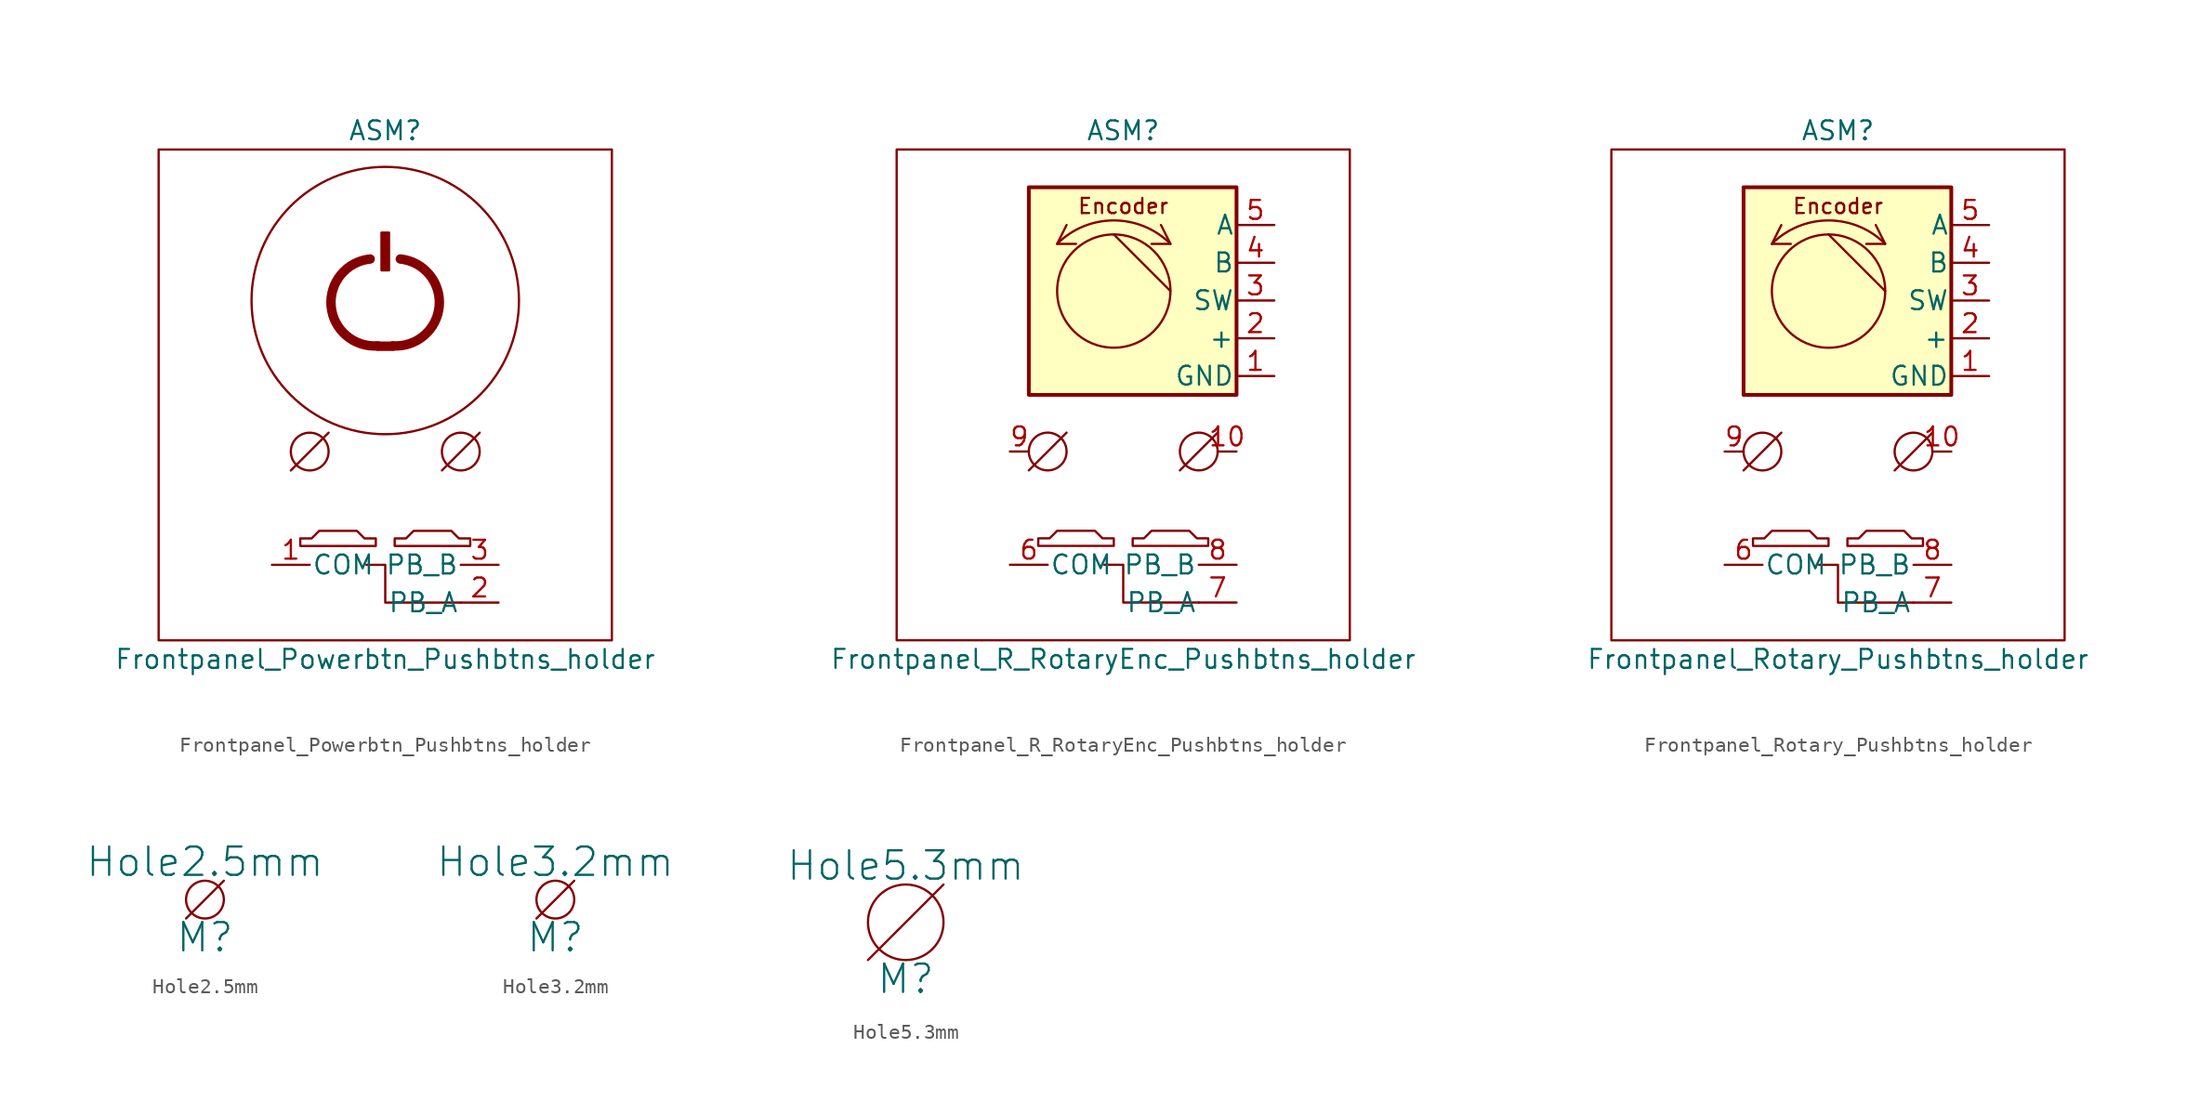
<source format=kicad_sym>
(kicad_symbol_lib
  (version 20211014)
  (generator kicad_symbol_editor)
  (symbol "Frontpanel_Powerbtn_Pushbtns_holder"
    (pin_names
      (offset 0.127))
    (property "Reference" "ASM"
      (at 0 21.59 0)
      (effects (font (size 1.27 1.27))))
    (property "Value" "Frontpanel_Powerbtn_Pushbtns_holder"
      (at 0 -13.97 0)
      (effects (font (size 1.27 1.27))))
    (symbol "Frontpanel_Powerbtn_Pushbtns_holder_0_1"
      (rectangle (start -15.24 20.32) (end 15.24 -12.7) (stroke (width 0) (type default) (color 0 0 0 0)) (fill (type none)))
      (circle (center -5.08 0) (radius 1.27) (stroke (width 0) (type default) (color 0 0 0 0)) (fill (type none)))
      (arc (start -1.016 12.954) (mid -3.6374 9.783) (end -0.508 7.112) (stroke (width 0.635) (type default) (color 0 0 0 0)) (fill (type none)))
      (rectangle (start -0.254 14.732) (end 0.254 12.192) (stroke (width 0) (type default) (color 0 0 0 0)) (fill (type outline)))
      (polyline (pts (xy -3.81 1.27) (xy -6.35 -1.27)) (stroke (width 0) (type default) (color 0 0 0 0)) (fill (type none)))
      (polyline (pts (xy -0.508 7.087) (xy 0.508 7.087)) (stroke (width 0.635) (type default) (color 0 0 0 0)) (fill (type none)))
      (polyline (pts (xy 6.35 1.27) (xy 3.81 -1.27)) (stroke (width 0) (type default) (color 0 0 0 0)) (fill (type none)))
      (polyline (pts (xy -1.27 -7.62) (xy 0 -7.62) (xy 0 -10.16) (xy 5.08 -10.16)) (stroke (width 0) (type default) (color 0 0 0 0)) (fill (type none)))
      (polyline (pts (xy -5.715 -6.35) (xy -0.635 -6.35) (xy -0.635 -5.842) (xy -1.397 -5.842) (xy -1.905 -5.334) (xy -4.445 -5.334) (xy -4.953 -5.842) (xy -5.715 -5.842) (xy -5.715 -6.35)) (stroke (width 0) (type default) (color 0 0 0 0)) (fill (type none)))
      (polyline (pts (xy 0.635 -6.35) (xy 5.715 -6.35) (xy 5.715 -5.842) (xy 4.953 -5.842) (xy 4.445 -5.334) (xy 1.905 -5.334) (xy 1.397 -5.842) (xy 0.635 -5.842) (xy 0.635 -6.35)) (stroke (width 0) (type default) (color 0 0 0 0)) (fill (type none)))
      (circle (center 0 10.16) (radius 8.992) (stroke (width 0) (type default) (color 0 0 0 0)) (fill (type none)))
      (arc (start 0.508 7.112) (mid 3.6287 9.7838) (end 1.016 12.954) (stroke (width 0.635) (type default) (color 0 0 0 0)) (fill (type none)))
      (circle (center 5.08 0) (radius 1.27) (stroke (width 0) (type default) (color 0 0 0 0)) (fill (type none))))
    (symbol "Frontpanel_Powerbtn_Pushbtns_holder_1_1"
      (pin passive line (at -7.62 -7.62 0) (length 2.54) (name "COM" (effects (font (size 1.27 1.27)))) (number "1" (effects (font (size 1.27 1.27)))))
      (pin passive line (at 7.62 -10.16 180) (length 2.54) (name "PB_A" (effects (font (size 1.27 1.27)))) (number "2" (effects (font (size 1.27 1.27)))))
      (pin passive line (at 7.62 -7.62 180) (length 2.54) (name "PB_B" (effects (font (size 1.27 1.27)))) (number "3" (effects (font (size 1.27 1.27)))))))
  (symbol "Frontpanel_R_RotaryEnc_Pushbtns_holder"
    (pin_names
      (offset 0.127))
    (property "Reference" "ASM"
      (at 0 21.59 0)
      (effects (font (size 1.27 1.27))))
    (property "Value" "Frontpanel_R_RotaryEnc_Pushbtns_holder"
      (at 0 -13.97 0)
      (effects (font (size 1.27 1.27))))
    (symbol "Frontpanel_R_RotaryEnc_Pushbtns_holder_0_0"
      (polyline (pts (xy -0.635 14.605) (xy 3.175 10.795)) (stroke (width 0) (type default) (color 0 0 0 0)) (fill (type none)))
      (polyline (pts (xy -3.81 15.24) (xy -4.445 13.97) (xy -3.175 13.97)) (stroke (width 0) (type default) (color 0 0 0 0)) (fill (type none)))
      (polyline (pts (xy 2.54 15.24) (xy 3.175 13.97) (xy 1.905 13.97)) (stroke (width 0) (type default) (color 0 0 0 0)) (fill (type none)))
      (arc (start 3.175 13.97) (mid -0.635 15.5482) (end -4.445 13.97) (stroke (width 0) (type default) (color 0 0 0 0)) (fill (type none)))
      (text "Encoder" (at 0 16.51 0) (effects (font (size 1.016 1.016)))))
    (symbol "Frontpanel_R_RotaryEnc_Pushbtns_holder_0_1"
      (rectangle (start -15.24 20.32) (end 15.24 -12.7) (stroke (width 0) (type default) (color 0 0 0 0)) (fill (type none)))
      (circle (center -5.08 0) (radius 1.27) (stroke (width 0) (type default) (color 0 0 0 0)) (fill (type none)))
      (circle (center -0.635 10.795) (radius 3.81) (stroke (width 0) (type default) (color 0 0 0 0)) (fill (type none)))
      (polyline (pts (xy -3.81 1.27) (xy -6.35 -1.27)) (stroke (width 0) (type default) (color 0 0 0 0)) (fill (type none)))
      (polyline (pts (xy 6.35 1.27) (xy 3.81 -1.27)) (stroke (width 0) (type default) (color 0 0 0 0)) (fill (type none)))
      (polyline (pts (xy -1.27 -7.62) (xy 0 -7.62) (xy 0 -10.16) (xy 5.08 -10.16)) (stroke (width 0) (type default) (color 0 0 0 0)) (fill (type none)))
      (polyline (pts (xy -5.715 -6.35) (xy -0.635 -6.35) (xy -0.635 -5.842) (xy -1.397 -5.842) (xy -1.905 -5.334) (xy -4.445 -5.334) (xy -4.953 -5.842) (xy -5.715 -5.842) (xy -5.715 -6.35)) (stroke (width 0) (type default) (color 0 0 0 0)) (fill (type none)))
      (polyline (pts (xy 0.635 -6.35) (xy 5.715 -6.35) (xy 5.715 -5.842) (xy 4.953 -5.842) (xy 4.445 -5.334) (xy 1.905 -5.334) (xy 1.397 -5.842) (xy 0.635 -5.842) (xy 0.635 -6.35)) (stroke (width 0) (type default) (color 0 0 0 0)) (fill (type none)))
      (circle (center 5.08 0) (radius 1.27) (stroke (width 0) (type default) (color 0 0 0 0)) (fill (type none)))
      (rectangle (start 7.62 17.78) (end -6.35 3.81) (stroke (width 0.254) (type default) (color 0 0 0 0)) (fill (type background))))
    (symbol "Frontpanel_R_RotaryEnc_Pushbtns_holder_1_1"
      (pin power_in line (at 10.16 5.08 180) (length 2.54) (name "GND" (effects (font (size 1.27 1.27)))) (number "1" (effects (font (size 1.27 1.27)))))
      (pin passive line (at 7.62 0 180) (length 1.27) (name "~" (effects (font (size 1.27 1.27)))) (number "10" (effects (font (size 1.27 1.27)))))
      (pin power_in line (at 10.16 7.62 180) (length 2.54) (name "+" (effects (font (size 1.27 1.27)))) (number "2" (effects (font (size 1.27 1.27)))))
      (pin passive line (at 10.16 10.16 180) (length 2.54) (name "SW" (effects (font (size 1.27 1.27)))) (number "3" (effects (font (size 1.27 1.27)))))
      (pin passive line (at 10.16 12.7 180) (length 2.54) (name "B" (effects (font (size 1.27 1.27)))) (number "4" (effects (font (size 1.27 1.27)))))
      (pin passive line (at 10.16 15.24 180) (length 2.54) (name "A" (effects (font (size 1.27 1.27)))) (number "5" (effects (font (size 1.27 1.27)))))
      (pin passive line (at -7.62 -7.62 0) (length 2.54) (name "COM" (effects (font (size 1.27 1.27)))) (number "6" (effects (font (size 1.27 1.27)))))
      (pin passive line (at 7.62 -10.16 180) (length 2.54) (name "PB_A" (effects (font (size 1.27 1.27)))) (number "7" (effects (font (size 1.27 1.27)))))
      (pin passive line (at 7.62 -7.62 180) (length 2.54) (name "PB_B" (effects (font (size 1.27 1.27)))) (number "8" (effects (font (size 1.27 1.27)))))
      (pin passive line (at -7.62 0 0) (length 1.27) (name "~" (effects (font (size 1.27 1.27)))) (number "9" (effects (font (size 1.27 1.27)))))))
  (symbol "Frontpanel_Rotary_Pushbtns_holder"
    (pin_names
      (offset 0.127))
    (property "Reference" "ASM"
      (at 0 21.59 0)
      (effects (font (size 1.27 1.27))))
    (property "Value" "Frontpanel_Rotary_Pushbtns_holder"
      (at 0 -13.97 0)
      (effects (font (size 1.27 1.27))))
    (symbol "Frontpanel_Rotary_Pushbtns_holder_0_0"
      (polyline (pts (xy -0.635 14.605) (xy 3.175 10.795)) (stroke (width 0) (type default) (color 0 0 0 0)) (fill (type none)))
      (polyline (pts (xy -3.81 15.24) (xy -4.445 13.97) (xy -3.175 13.97)) (stroke (width 0) (type default) (color 0 0 0 0)) (fill (type none)))
      (polyline (pts (xy 2.54 15.24) (xy 3.175 13.97) (xy 1.905 13.97)) (stroke (width 0) (type default) (color 0 0 0 0)) (fill (type none)))
      (arc (start 3.175 13.97) (mid -0.635 15.5482) (end -4.445 13.97) (stroke (width 0) (type default) (color 0 0 0 0)) (fill (type none)))
      (text "Encoder" (at 0 16.51 0) (effects (font (size 1.016 1.016)))))
    (symbol "Frontpanel_Rotary_Pushbtns_holder_0_1"
      (rectangle (start -15.24 20.32) (end 15.24 -12.7) (stroke (width 0) (type default) (color 0 0 0 0)) (fill (type none)))
      (circle (center -5.08 0) (radius 1.27) (stroke (width 0) (type default) (color 0 0 0 0)) (fill (type none)))
      (circle (center -0.635 10.795) (radius 3.81) (stroke (width 0) (type default) (color 0 0 0 0)) (fill (type none)))
      (polyline (pts (xy -3.81 1.27) (xy -6.35 -1.27)) (stroke (width 0) (type default) (color 0 0 0 0)) (fill (type none)))
      (polyline (pts (xy 6.35 1.27) (xy 3.81 -1.27)) (stroke (width 0) (type default) (color 0 0 0 0)) (fill (type none)))
      (polyline (pts (xy -1.27 -7.62) (xy 0 -7.62) (xy 0 -10.16) (xy 5.08 -10.16)) (stroke (width 0) (type default) (color 0 0 0 0)) (fill (type none)))
      (polyline (pts (xy -5.715 -6.35) (xy -0.635 -6.35) (xy -0.635 -5.842) (xy -1.397 -5.842) (xy -1.905 -5.334) (xy -4.445 -5.334) (xy -4.953 -5.842) (xy -5.715 -5.842) (xy -5.715 -6.35)) (stroke (width 0) (type default) (color 0 0 0 0)) (fill (type none)))
      (polyline (pts (xy 0.635 -6.35) (xy 5.715 -6.35) (xy 5.715 -5.842) (xy 4.953 -5.842) (xy 4.445 -5.334) (xy 1.905 -5.334) (xy 1.397 -5.842) (xy 0.635 -5.842) (xy 0.635 -6.35)) (stroke (width 0) (type default) (color 0 0 0 0)) (fill (type none)))
      (circle (center 5.08 0) (radius 1.27) (stroke (width 0) (type default) (color 0 0 0 0)) (fill (type none)))
      (rectangle (start 7.62 17.78) (end -6.35 3.81) (stroke (width 0.254) (type default) (color 0 0 0 0)) (fill (type background))))
    (symbol "Frontpanel_Rotary_Pushbtns_holder_1_1"
      (pin power_in line (at 10.16 5.08 180) (length 2.54) (name "GND" (effects (font (size 1.27 1.27)))) (number "1" (effects (font (size 1.27 1.27)))))
      (pin passive line (at 7.62 0 180) (length 1.27) (name "~" (effects (font (size 1.27 1.27)))) (number "10" (effects (font (size 1.27 1.27)))))
      (pin power_in line (at 10.16 7.62 180) (length 2.54) (name "+" (effects (font (size 1.27 1.27)))) (number "2" (effects (font (size 1.27 1.27)))))
      (pin passive line (at 10.16 10.16 180) (length 2.54) (name "SW" (effects (font (size 1.27 1.27)))) (number "3" (effects (font (size 1.27 1.27)))))
      (pin passive line (at 10.16 12.7 180) (length 2.54) (name "B" (effects (font (size 1.27 1.27)))) (number "4" (effects (font (size 1.27 1.27)))))
      (pin passive line (at 10.16 15.24 180) (length 2.54) (name "A" (effects (font (size 1.27 1.27)))) (number "5" (effects (font (size 1.27 1.27)))))
      (pin passive line (at -7.62 -7.62 0) (length 2.54) (name "COM" (effects (font (size 1.27 1.27)))) (number "6" (effects (font (size 1.27 1.27)))))
      (pin passive line (at 7.62 -10.16 180) (length 2.54) (name "PB_A" (effects (font (size 1.27 1.27)))) (number "7" (effects (font (size 1.27 1.27)))))
      (pin passive line (at 7.62 -7.62 180) (length 2.54) (name "PB_B" (effects (font (size 1.27 1.27)))) (number "8" (effects (font (size 1.27 1.27)))))
      (pin passive line (at -7.62 0 0) (length 1.27) (name "~" (effects (font (size 1.27 1.27)))) (number "9" (effects (font (size 1.27 1.27)))))))
  (symbol "Hole2.5mm"
    (pin_numbers hide)
    (pin_names
      (offset 1.016) hide)
    (property "Reference" "M"
      (at 0 -2.54 0)
      (effects (font (size 1.905 1.905))))
    (property "Value" "Hole2.5mm"
      (at 0 2.54 0)
      (effects (font (size 1.905 1.905))))
    (symbol "Hole2.5mm_0_1"
      (polyline (pts (xy -1.27 -1.27) (xy 1.27 1.27)) (stroke (width 0) (type default) (color 0 0 0 0)) (fill (type none)))
      (circle (center 0 0) (radius 1.27) (stroke (width 0) (type default) (color 0 0 0 0)) (fill (type none)))))
  (symbol "Hole3.2mm"
    (pin_numbers hide)
    (pin_names
      (offset 1.016) hide)
    (property "Reference" "M"
      (at 0 -2.54 0)
      (effects (font (size 1.905 1.905))))
    (property "Value" "Hole3.2mm"
      (at 0 2.54 0)
      (effects (font (size 1.905 1.905))))
    (symbol "Hole3.2mm_0_1"
      (polyline (pts (xy -1.27 -1.27) (xy 1.27 1.27)) (stroke (width 0) (type default) (color 0 0 0 0)) (fill (type none)))
      (circle (center 0 0) (radius 1.27) (stroke (width 0) (type default) (color 0 0 0 0)) (fill (type none)))))
  (symbol "Hole5.3mm"
    (pin_numbers hide)
    (pin_names
      (offset 1.016) hide)
    (property "Reference" "M"
      (at 0 -3.81 0)
      (effects (font (size 1.905 1.905))))
    (property "Value" "Hole5.3mm"
      (at 0 3.81 0)
      (effects (font (size 1.905 1.905))))
    (symbol "Hole5.3mm_0_1"
      (polyline (pts (xy -2.54 -2.54) (xy 2.54 2.54)) (stroke (width 0) (type default) (color 0 0 0 0)) (fill (type none)))
      (circle (center 0 0) (radius 2.54) (stroke (width 0) (type default) (color 0 0 0 0)) (fill (type none))))))
</source>
